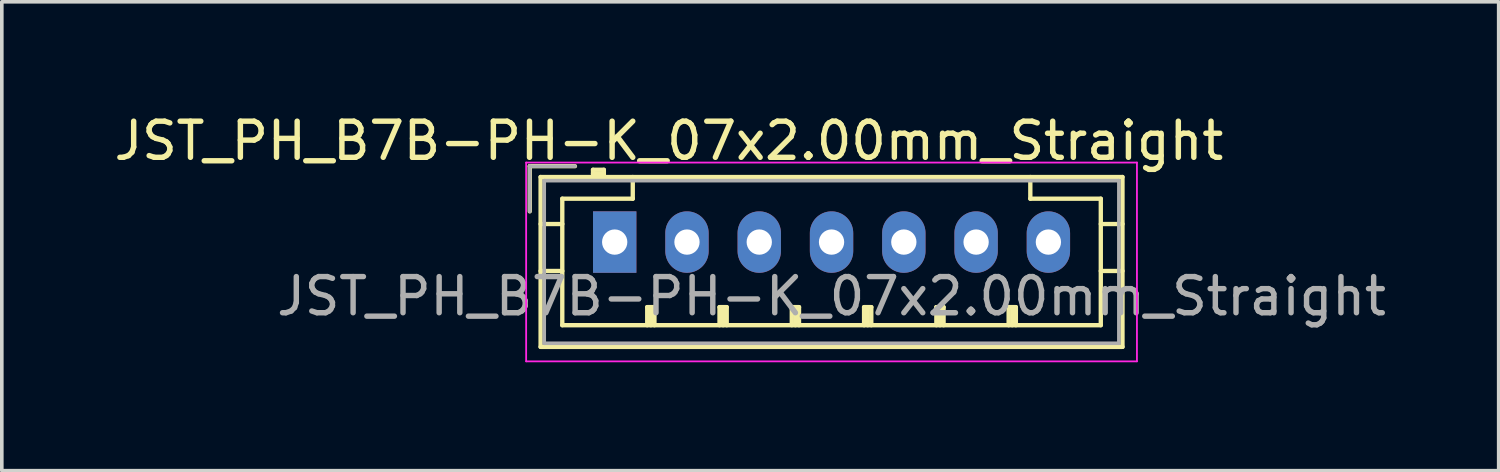
<source format=kicad_pcb>
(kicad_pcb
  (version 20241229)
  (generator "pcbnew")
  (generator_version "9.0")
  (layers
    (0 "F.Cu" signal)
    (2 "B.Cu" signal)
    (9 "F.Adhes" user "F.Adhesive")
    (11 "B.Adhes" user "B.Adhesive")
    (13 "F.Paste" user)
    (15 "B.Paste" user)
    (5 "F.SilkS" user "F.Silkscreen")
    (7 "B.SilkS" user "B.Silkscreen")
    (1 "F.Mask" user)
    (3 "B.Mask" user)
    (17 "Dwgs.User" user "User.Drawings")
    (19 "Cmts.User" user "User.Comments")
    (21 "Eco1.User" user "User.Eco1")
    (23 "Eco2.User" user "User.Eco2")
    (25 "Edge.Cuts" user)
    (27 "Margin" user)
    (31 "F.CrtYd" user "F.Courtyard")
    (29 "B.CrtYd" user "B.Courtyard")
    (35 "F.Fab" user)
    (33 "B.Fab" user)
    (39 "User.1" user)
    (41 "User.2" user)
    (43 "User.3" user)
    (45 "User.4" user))
  (footprint "JST_PH_B7B-PH-K_07x2.00mm_Straight"
    (layer "F.Cu")
    (at 13.958 3.648)
    (property "Reference" "JST_PH_B7B-PH-K_07x2.00mm_Straight" (at 1.5 -2.8 0) (layer "F.SilkS") (effects (font (size 1 1) (thickness 0.15))))
    (attr through_hole)
    (fp_line (start -2.35 -2.1) (end -2.35 -0.85) (stroke (width 0.12) (type solid)) (layer "F.SilkS"))
    (fp_line (start -2.05 -1.8) (end -2.05 2.9) (stroke (width 0.12) (type solid)) (layer "F.SilkS"))
    (fp_line (start -2.05 -0.5) (end -1.45 -0.5) (stroke (width 0.12) (type solid)) (layer "F.SilkS"))
    (fp_line (start -2.05 0.8) (end -1.45 0.8) (stroke (width 0.12) (type solid)) (layer "F.SilkS"))
    (fp_line (start -2.05 2.9) (end 14.05 2.9) (stroke (width 0.12) (type solid)) (layer "F.SilkS"))
    (fp_line (start -1.45 -1.2) (end -1.45 2.3) (stroke (width 0.12) (type solid)) (layer "F.SilkS"))
    (fp_line (start -1.45 2.3) (end 13.45 2.3) (stroke (width 0.12) (type solid)) (layer "F.SilkS"))
    (fp_line (start -1.1 -2.1) (end -2.35 -2.1) (stroke (width 0.12) (type solid)) (layer "F.SilkS"))
    (fp_line (start -0.6 -2) (end -0.6 -1.8) (stroke (width 0.12) (type solid)) (layer "F.SilkS"))
    (fp_line (start -0.3 -2) (end -0.6 -2) (stroke (width 0.12) (type solid)) (layer "F.SilkS"))
    (fp_line (start -0.3 -1.9) (end -0.6 -1.9) (stroke (width 0.12) (type solid)) (layer "F.SilkS"))
    (fp_line (start -0.3 -1.8) (end -0.3 -2) (stroke (width 0.12) (type solid)) (layer "F.SilkS"))
    (fp_line (start 0.5 -1.8) (end 0.5 -1.2) (stroke (width 0.12) (type solid)) (layer "F.SilkS"))
    (fp_line (start 0.5 -1.2) (end -1.45 -1.2) (stroke (width 0.12) (type solid)) (layer "F.SilkS"))
    (fp_line (start 0.9 1.8) (end 1.1 1.8) (stroke (width 0.12) (type solid)) (layer "F.SilkS"))
    (fp_line (start 0.9 2.3) (end 0.9 1.8) (stroke (width 0.12) (type solid)) (layer "F.SilkS"))
    (fp_line (start 1 2.3) (end 1 1.8) (stroke (width 0.12) (type solid)) (layer "F.SilkS"))
    (fp_line (start 1.1 1.8) (end 1.1 2.3) (stroke (width 0.12) (type solid)) (layer "F.SilkS"))
    (fp_line (start 2.9 1.8) (end 3.1 1.8) (stroke (width 0.12) (type solid)) (layer "F.SilkS"))
    (fp_line (start 2.9 2.3) (end 2.9 1.8) (stroke (width 0.12) (type solid)) (layer "F.SilkS"))
    (fp_line (start 3 2.3) (end 3 1.8) (stroke (width 0.12) (type solid)) (layer "F.SilkS"))
    (fp_line (start 3.1 1.8) (end 3.1 2.3) (stroke (width 0.12) (type solid)) (layer "F.SilkS"))
    (fp_line (start 4.9 1.8) (end 5.1 1.8) (stroke (width 0.12) (type solid)) (layer "F.SilkS"))
    (fp_line (start 4.9 2.3) (end 4.9 1.8) (stroke (width 0.12) (type solid)) (layer "F.SilkS"))
    (fp_line (start 5 2.3) (end 5 1.8) (stroke (width 0.12) (type solid)) (layer "F.SilkS"))
    (fp_line (start 5.1 1.8) (end 5.1 2.3) (stroke (width 0.12) (type solid)) (layer "F.SilkS"))
    (fp_line (start 6.9 1.8) (end 7.1 1.8) (stroke (width 0.12) (type solid)) (layer "F.SilkS"))
    (fp_line (start 6.9 2.3) (end 6.9 1.8) (stroke (width 0.12) (type solid)) (layer "F.SilkS"))
    (fp_line (start 7 2.3) (end 7 1.8) (stroke (width 0.12) (type solid)) (layer "F.SilkS"))
    (fp_line (start 7.1 1.8) (end 7.1 2.3) (stroke (width 0.12) (type solid)) (layer "F.SilkS"))
    (fp_line (start 8.9 1.8) (end 9.1 1.8) (stroke (width 0.12) (type solid)) (layer "F.SilkS"))
    (fp_line (start 8.9 2.3) (end 8.9 1.8) (stroke (width 0.12) (type solid)) (layer "F.SilkS"))
    (fp_line (start 9 2.3) (end 9 1.8) (stroke (width 0.12) (type solid)) (layer "F.SilkS"))
    (fp_line (start 9.1 1.8) (end 9.1 2.3) (stroke (width 0.12) (type solid)) (layer "F.SilkS"))
    (fp_line (start 10.9 1.8) (end 11.1 1.8) (stroke (width 0.12) (type solid)) (layer "F.SilkS"))
    (fp_line (start 10.9 2.3) (end 10.9 1.8) (stroke (width 0.12) (type solid)) (layer "F.SilkS"))
    (fp_line (start 11 2.3) (end 11 1.8) (stroke (width 0.12) (type solid)) (layer "F.SilkS"))
    (fp_line (start 11.1 1.8) (end 11.1 2.3) (stroke (width 0.12) (type solid)) (layer "F.SilkS"))
    (fp_line (start 11.5 -1.2) (end 11.5 -1.8) (stroke (width 0.12) (type solid)) (layer "F.SilkS"))
    (fp_line (start 13.45 -1.2) (end 11.5 -1.2) (stroke (width 0.12) (type solid)) (layer "F.SilkS"))
    (fp_line (start 13.45 2.3) (end 13.45 -1.2) (stroke (width 0.12) (type solid)) (layer "F.SilkS"))
    (fp_line (start 14.05 -1.8) (end -2.05 -1.8) (stroke (width 0.12) (type solid)) (layer "F.SilkS"))
    (fp_line (start 14.05 -0.5) (end 13.45 -0.5) (stroke (width 0.12) (type solid)) (layer "F.SilkS"))
    (fp_line (start 14.05 0.8) (end 13.45 0.8) (stroke (width 0.12) (type solid)) (layer "F.SilkS"))
    (fp_line (start 14.05 2.9) (end 14.05 -1.8) (stroke (width 0.12) (type solid)) (layer "F.SilkS"))
    (fp_line (start -2.45 -2.2) (end -2.45 3.3) (stroke (width 0.05) (type solid)) (layer "F.CrtYd"))
    (fp_line (start -2.45 3.3) (end 14.45 3.3) (stroke (width 0.05) (type solid)) (layer "F.CrtYd"))
    (fp_line (start 14.45 -2.2) (end -2.45 -2.2) (stroke (width 0.05) (type solid)) (layer "F.CrtYd"))
    (fp_line (start 14.45 3.3) (end 14.45 -2.2) (stroke (width 0.05) (type solid)) (layer "F.CrtYd"))
    (fp_line (start -2.35 -2.1) (end -2.35 -0.85) (stroke (width 0.1) (type solid)) (layer "F.Fab"))
    (fp_line (start -1.95 -1.7) (end -1.95 2.8) (stroke (width 0.1) (type solid)) (layer "F.Fab"))
    (fp_line (start -1.95 2.8) (end 13.95 2.8) (stroke (width 0.1) (type solid)) (layer "F.Fab"))
    (fp_line (start -1.1 -2.1) (end -2.35 -2.1) (stroke (width 0.1) (type solid)) (layer "F.Fab"))
    (fp_line (start 13.95 -1.7) (end -1.95 -1.7) (stroke (width 0.1) (type solid)) (layer "F.Fab"))
    (fp_line (start 13.95 2.8) (end 13.95 -1.7) (stroke (width 0.1) (type solid)) (layer "F.Fab"))
    (fp_text user "${REFERENCE}" (at 6 1.5 0) (layer "F.Fab") (effects (font (size 1 1) (thickness 0.15))))
    (pad "1" thru_hole rect (at 0 0) (size 1.2 1.7) (drill 0.7) (layers "*.Cu" "*.Mask"))
    (pad "2" thru_hole oval (at 2 0) (size 1.2 1.7) (drill 0.7) (layers "*.Cu" "*.Mask"))
    (pad "3" thru_hole oval (at 4 0) (size 1.2 1.7) (drill 0.7) (layers "*.Cu" "*.Mask"))
    (pad "4" thru_hole oval (at 6 0) (size 1.2 1.7) (drill 0.7) (layers "*.Cu" "*.Mask"))
    (pad "5" thru_hole oval (at 8 0) (size 1.2 1.7) (drill 0.7) (layers "*.Cu" "*.Mask"))
    (pad "6" thru_hole oval (at 10 0) (size 1.2 1.7) (drill 0.7) (layers "*.Cu" "*.Mask"))
    (pad "7" thru_hole oval (at 12 0) (size 1.2 1.7) (drill 0.7) (layers "*.Cu" "*.Mask")))
  (gr_rect
    (start -3 -3)
    (end 38.417 9.973)
    (stroke (width 0.1) (type default))
    (fill no)
    (layer "Edge.Cuts")))
</source>
